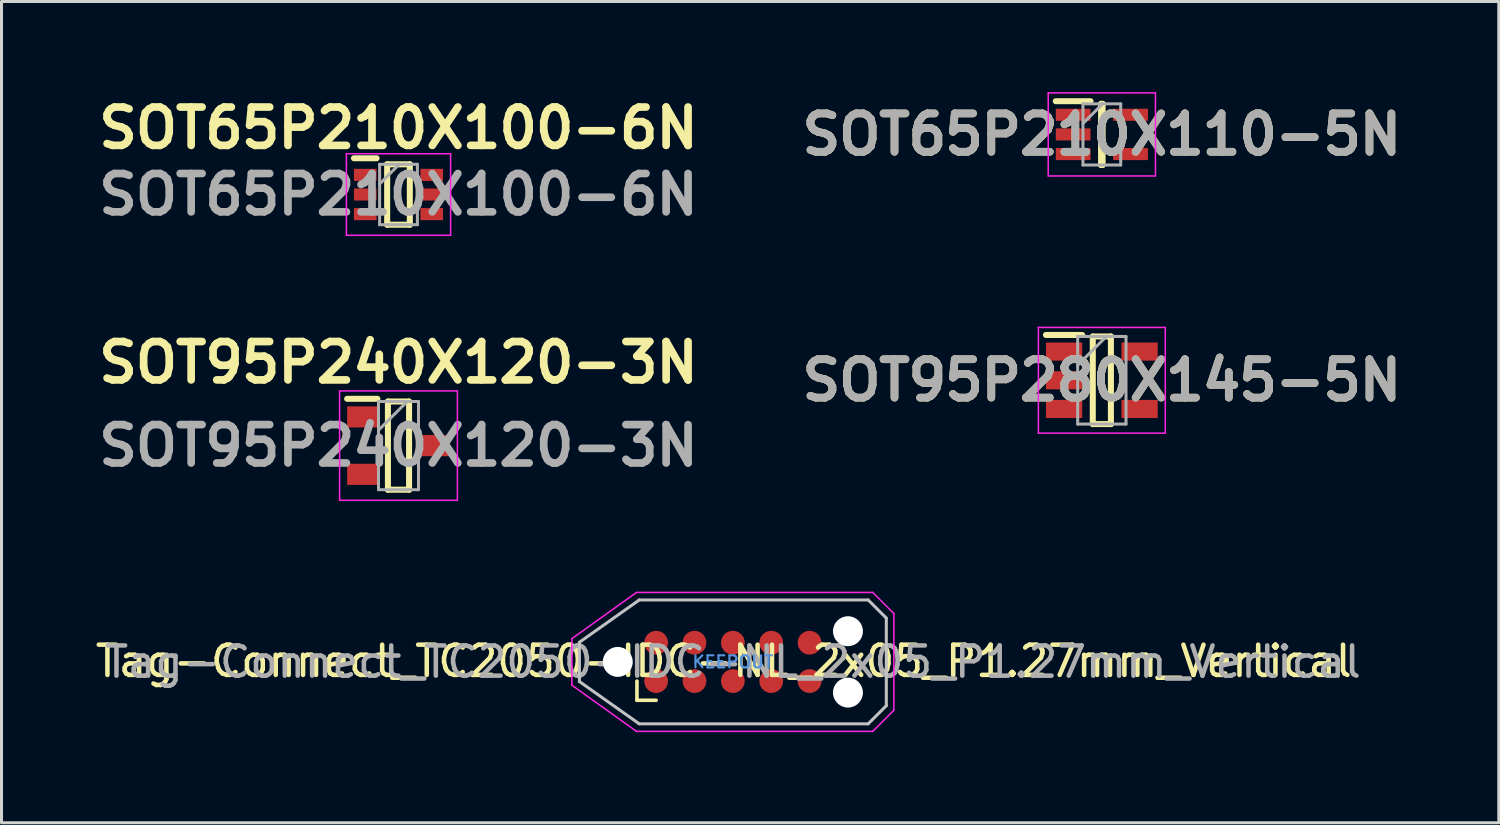
<source format=kicad_pcb>
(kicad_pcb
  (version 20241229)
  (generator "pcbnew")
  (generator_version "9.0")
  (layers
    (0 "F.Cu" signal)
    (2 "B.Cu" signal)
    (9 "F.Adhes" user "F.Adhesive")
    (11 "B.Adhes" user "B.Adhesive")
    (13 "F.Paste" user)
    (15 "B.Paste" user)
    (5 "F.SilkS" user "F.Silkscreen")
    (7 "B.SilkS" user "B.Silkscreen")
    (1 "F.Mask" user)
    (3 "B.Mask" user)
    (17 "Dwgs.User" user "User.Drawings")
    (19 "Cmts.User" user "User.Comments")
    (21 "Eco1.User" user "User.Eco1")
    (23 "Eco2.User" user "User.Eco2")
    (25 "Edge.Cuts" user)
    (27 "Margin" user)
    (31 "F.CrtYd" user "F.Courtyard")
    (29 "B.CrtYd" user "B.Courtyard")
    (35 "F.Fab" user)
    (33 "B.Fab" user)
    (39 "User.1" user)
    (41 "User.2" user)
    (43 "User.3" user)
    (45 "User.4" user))
  (footprint "SOT65P210X110-5N"
    (layer "F.Cu")
    (at 33.426 1.4)
    (property "Reference" "SOT65P210X110-5N" (at 0 0 0) (layer "F.SilkS") (effects (font (size 1.27 1.27) (thickness 0.254))))
    (attr smd)
    (fp_line (start -1.525 -1.1) (end -0.375 -1.1) (stroke (width 0.2) (type solid)) (layer "F.SilkS"))
    (fp_line (start -0.025 -1.012) (end 0.025 -1.012) (stroke (width 0.2) (type solid)) (layer "F.SilkS"))
    (fp_line (start -0.025 1.012) (end -0.025 -1.012) (stroke (width 0.2) (type solid)) (layer "F.SilkS"))
    (fp_line (start 0.025 -1.012) (end 0.025 1.012) (stroke (width 0.2) (type solid)) (layer "F.SilkS"))
    (fp_line (start 0.025 1.012) (end -0.025 1.012) (stroke (width 0.2) (type solid)) (layer "F.SilkS"))
    (fp_line (start -1.775 -1.375) (end 1.775 -1.375) (stroke (width 0.05) (type solid)) (layer "F.CrtYd"))
    (fp_line (start -1.775 1.375) (end -1.775 -1.375) (stroke (width 0.05) (type solid)) (layer "F.CrtYd"))
    (fp_line (start 1.775 -1.375) (end 1.775 1.375) (stroke (width 0.05) (type solid)) (layer "F.CrtYd"))
    (fp_line (start 1.775 1.375) (end -1.775 1.375) (stroke (width 0.05) (type solid)) (layer "F.CrtYd"))
    (fp_line (start -0.625 -1.012) (end 0.625 -1.012) (stroke (width 0.1) (type solid)) (layer "F.Fab"))
    (fp_line (start -0.625 -0.362) (end 0.025 -1.012) (stroke (width 0.1) (type solid)) (layer "F.Fab"))
    (fp_line (start -0.625 1.012) (end -0.625 -1.012) (stroke (width 0.1) (type solid)) (layer "F.Fab"))
    (fp_line (start 0.625 -1.012) (end 0.625 1.012) (stroke (width 0.1) (type solid)) (layer "F.Fab"))
    (fp_line (start 0.625 1.012) (end -0.625 1.012) (stroke (width 0.1) (type solid)) (layer "F.Fab"))
    (fp_text user "${REFERENCE}" (at 0 0 0) (layer "F.Fab") (effects (font (size 1.27 1.27) (thickness 0.254))))
    (pad "1" smd rect (at -0.95 -0.65 90) (size 0.4 1.15) (layers "F.Cu" "F.Mask" "F.Paste"))
    (pad "2" smd rect (at -0.95 0 90) (size 0.4 1.15) (layers "F.Cu" "F.Mask" "F.Paste"))
    (pad "3" smd rect (at -0.95 0.65 90) (size 0.4 1.15) (layers "F.Cu" "F.Mask" "F.Paste"))
    (pad "4" smd rect (at 0.95 0.65 90) (size 0.4 1.15) (layers "F.Cu" "F.Mask" "F.Paste"))
    (pad "5" smd rect (at 0.95 -0.65 90) (size 0.4 1.15) (layers "F.Cu" "F.Mask" "F.Paste")))
  (footprint "SOT95P280X145-5N"
    (layer "F.Cu")
    (at 33.426 9.539)
    (property "Reference" "SOT95P280X145-5N" (at 0 0 0) (layer "F.SilkS") (effects (font (size 1.27 1.27) (thickness 0.254))))
    (attr smd)
    (fp_line (start -1.85 -1.5) (end -0.65 -1.5) (stroke (width 0.2) (type solid)) (layer "F.SilkS"))
    (fp_line (start -0.3 -1.45) (end 0.3 -1.45) (stroke (width 0.2) (type solid)) (layer "F.SilkS"))
    (fp_line (start -0.3 1.45) (end -0.3 -1.45) (stroke (width 0.2) (type solid)) (layer "F.SilkS"))
    (fp_line (start 0.3 -1.45) (end 0.3 1.45) (stroke (width 0.2) (type solid)) (layer "F.SilkS"))
    (fp_line (start 0.3 1.45) (end -0.3 1.45) (stroke (width 0.2) (type solid)) (layer "F.SilkS"))
    (fp_line (start -2.1 -1.75) (end 2.1 -1.75) (stroke (width 0.05) (type solid)) (layer "F.CrtYd"))
    (fp_line (start -2.1 1.75) (end -2.1 -1.75) (stroke (width 0.05) (type solid)) (layer "F.CrtYd"))
    (fp_line (start 2.1 -1.75) (end 2.1 1.75) (stroke (width 0.05) (type solid)) (layer "F.CrtYd"))
    (fp_line (start 2.1 1.75) (end -2.1 1.75) (stroke (width 0.05) (type solid)) (layer "F.CrtYd"))
    (fp_line (start -0.8 -1.45) (end 0.8 -1.45) (stroke (width 0.1) (type solid)) (layer "F.Fab"))
    (fp_line (start -0.8 -0.5) (end 0.15 -1.45) (stroke (width 0.1) (type solid)) (layer "F.Fab"))
    (fp_line (start -0.8 1.45) (end -0.8 -1.45) (stroke (width 0.1) (type solid)) (layer "F.Fab"))
    (fp_line (start 0.8 -1.45) (end 0.8 1.45) (stroke (width 0.1) (type solid)) (layer "F.Fab"))
    (fp_line (start 0.8 1.45) (end -0.8 1.45) (stroke (width 0.1) (type solid)) (layer "F.Fab"))
    (fp_text user "${REFERENCE}" (at 0 0 0) (layer "F.Fab") (effects (font (size 1.27 1.27) (thickness 0.254))))
    (pad "1" smd rect (at -1.25 -0.95 90) (size 0.6 1.2) (layers "F.Cu" "F.Mask" "F.Paste"))
    (pad "2" smd rect (at -1.25 0 90) (size 0.6 1.2) (layers "F.Cu" "F.Mask" "F.Paste"))
    (pad "3" smd rect (at -1.25 0.95 90) (size 0.6 1.2) (layers "F.Cu" "F.Mask" "F.Paste"))
    (pad "4" smd rect (at 1.25 0.95 90) (size 0.6 1.2) (layers "F.Cu" "F.Mask" "F.Paste"))
    (pad "5" smd rect (at 1.25 -0.95 90) (size 0.6 1.2) (layers "F.Cu" "F.Mask" "F.Paste")))
  (footprint "Tag-Connect_TC2050-IDC-NL_2x05_P1.27mm_Vertical"
    (layer "F.Cu")
    (at 21.211 18.862)
    (property "Reference" "Tag-Connect_TC2050-IDC-NL_2x05_P1.27mm_Vertical" (at -0.3 -0.025 0) (layer "F.SilkS") (effects (font (size 1 1) (thickness 0.15))))
    (attr exclude_from_pos_files exclude_from_bom)
    (fp_line (start -3.175 1.27) (end -3.175 0.635) (stroke (width 0.12) (type solid)) (layer "F.SilkS"))
    (fp_line (start -2.54 1.27) (end -3.175 1.27) (stroke (width 0.12) (type solid)) (layer "F.SilkS"))
    (fp_line (start -5.08 -0.65) (end -3.1 -2.05) (stroke (width 0.1) (type solid)) (layer "Dwgs.User"))
    (fp_line (start -5.08 0.65) (end -5.08 -0.65) (stroke (width 0.1) (type solid)) (layer "Dwgs.User"))
    (fp_line (start -3.1 -2.05) (end 4.48 -2.05) (stroke (width 0.1) (type solid)) (layer "Dwgs.User"))
    (fp_line (start -3.1 2.05) (end -5.08 0.65) (stroke (width 0.1) (type solid)) (layer "Dwgs.User"))
    (fp_line (start 4.48 -2.05) (end 5.08 -1.45) (stroke (width 0.1) (type solid)) (layer "Dwgs.User"))
    (fp_line (start 4.48 2.05) (end -3.1 2.05) (stroke (width 0.1) (type solid)) (layer "Dwgs.User"))
    (fp_line (start 4.48 2.05) (end 5.08 1.45) (stroke (width 0.1) (type solid)) (layer "Dwgs.User"))
    (fp_line (start 5.08 -1.45) (end 5.08 1.45) (stroke (width 0.1) (type solid)) (layer "Dwgs.User"))
    (fp_line (start -5.33 -0.77) (end -3.19 -2.3) (stroke (width 0.05) (type solid)) (layer "F.CrtYd"))
    (fp_line (start -5.33 0.77) (end -5.33 -0.77) (stroke (width 0.05) (type solid)) (layer "F.CrtYd"))
    (fp_line (start -3.19 -2.3) (end 4.63 -2.3) (stroke (width 0.05) (type solid)) (layer "F.CrtYd"))
    (fp_line (start -3.19 2.3) (end -5.33 0.77) (stroke (width 0.05) (type solid)) (layer "F.CrtYd"))
    (fp_line (start 4.63 -2.3) (end 5.33 -1.6) (stroke (width 0.05) (type solid)) (layer "F.CrtYd"))
    (fp_line (start 4.63 2.3) (end -3.19 2.3) (stroke (width 0.05) (type solid)) (layer "F.CrtYd"))
    (fp_line (start 4.63 2.3) (end 5.33 1.6) (stroke (width 0.05) (type solid)) (layer "F.CrtYd"))
    (fp_line (start 5.33 -1.6) (end 5.33 1.6) (stroke (width 0.05) (type solid)) (layer "F.CrtYd"))
    (fp_text user "KEEPOUT" (at 0 0 0) (layer "Cmts.User") (effects (font (size 0.4 0.4) (thickness 0.07))))
    (fp_text user "${REFERENCE}" (at 0 0 0) (layer "F.Fab") (effects (font (size 1 1) (thickness 0.15))))
    (pad "" np_thru_hole circle (at -3.81 0) (size 0.991 0.991) (drill 0.991) (layers "*.Cu" "*.Mask"))
    (pad "" np_thru_hole circle (at 3.81 -1.016) (size 0.991 0.991) (drill 0.991) (layers "*.Cu" "*.Mask"))
    (pad "" np_thru_hole circle (at 3.81 1.016) (size 0.991 0.991) (drill 0.991) (layers "*.Cu" "*.Mask"))
    (pad "1" connect circle (at -2.54 0.635) (size 0.787 0.787) (layers "F.Cu" "F.Mask"))
    (pad "2" connect circle (at -1.27 0.635) (size 0.787 0.787) (layers "F.Cu" "F.Mask"))
    (pad "3" connect circle (at 0 0.635) (size 0.787 0.787) (layers "F.Cu" "F.Mask"))
    (pad "4" connect circle (at 1.27 0.635) (size 0.787 0.787) (layers "F.Cu" "F.Mask"))
    (pad "5" connect circle (at 2.54 0.635) (size 0.787 0.787) (layers "F.Cu" "F.Mask"))
    (pad "6" connect circle (at 2.54 -0.635) (size 0.787 0.787) (layers "F.Cu" "F.Mask"))
    (pad "7" connect circle (at 1.27 -0.635) (size 0.787 0.787) (layers "F.Cu" "F.Mask"))
    (pad "8" connect circle (at 0 -0.635) (size 0.787 0.787) (layers "F.Cu" "F.Mask"))
    (pad "9" connect circle (at -1.27 -0.635) (size 0.787 0.787) (layers "F.Cu" "F.Mask"))
    (pad "10" connect circle (at -2.54 -0.635) (size 0.787 0.787) (layers "F.Cu" "F.Mask"))
    (zone (net_name "") (layer "F.Cu") (hatch full 0.508) (connect_pads) (min_thickness 0.254) (filled_areas_thickness no) (keepout (tracks allowed) (vias not_allowed) (pads allowed) (copperpour not_allowed) (footprints not_allowed)) (placement (enabled no)) (fill) (polygon (pts (xy 18.671 19.497) (xy 23.751 19.497) (xy 23.751 18.227) (xy 18.671 18.227)))))
  (footprint "SOT95P240X120-3N"
    (layer "F.Cu")
    (at 10.142 11.702)
    (property "Reference" "SOT95P240X120-3N" (at 0 -2.75 0) (layer "F.SilkS") (effects (font (size 1.27 1.27) (thickness 0.254))))
    (attr smd)
    (fp_line (start -1.7 -1.55) (end -0.7 -1.55) (stroke (width 0.2) (type solid)) (layer "F.SilkS"))
    (fp_line (start -0.35 -1.46) (end 0.35 -1.46) (stroke (width 0.2) (type solid)) (layer "F.SilkS"))
    (fp_line (start -0.35 1.46) (end -0.35 -1.46) (stroke (width 0.2) (type solid)) (layer "F.SilkS"))
    (fp_line (start 0.35 -1.46) (end 0.35 1.46) (stroke (width 0.2) (type solid)) (layer "F.SilkS"))
    (fp_line (start 0.35 1.46) (end -0.35 1.46) (stroke (width 0.2) (type solid)) (layer "F.SilkS"))
    (fp_line (start -1.95 -1.81) (end 1.95 -1.81) (stroke (width 0.05) (type solid)) (layer "F.CrtYd"))
    (fp_line (start -1.95 1.81) (end -1.95 -1.81) (stroke (width 0.05) (type solid)) (layer "F.CrtYd"))
    (fp_line (start 1.95 -1.81) (end 1.95 1.81) (stroke (width 0.05) (type solid)) (layer "F.CrtYd"))
    (fp_line (start 1.95 1.81) (end -1.95 1.81) (stroke (width 0.05) (type solid)) (layer "F.CrtYd"))
    (fp_line (start -0.662 -1.46) (end 0.662 -1.46) (stroke (width 0.1) (type solid)) (layer "F.Fab"))
    (fp_line (start -0.662 -0.51) (end 0.288 -1.46) (stroke (width 0.1) (type solid)) (layer "F.Fab"))
    (fp_line (start -0.662 1.46) (end -0.662 -1.46) (stroke (width 0.1) (type solid)) (layer "F.Fab"))
    (fp_line (start 0.662 -1.46) (end 0.662 1.46) (stroke (width 0.1) (type solid)) (layer "F.Fab"))
    (fp_line (start 0.662 1.46) (end -0.662 1.46) (stroke (width 0.1) (type solid)) (layer "F.Fab"))
    (fp_text user "${REFERENCE}" (at 0 0 0) (layer "F.Fab") (effects (font (size 1.27 1.27) (thickness 0.254))))
    (pad "1" smd rect (at -1.2 -0.95 90) (size 0.7 1) (layers "F.Cu" "F.Mask" "F.Paste"))
    (pad "2" smd rect (at -1.2 0.95 90) (size 0.7 1) (layers "F.Cu" "F.Mask" "F.Paste"))
    (pad "3" smd rect (at 1.2 0 90) (size 0.7 1) (layers "F.Cu" "F.Mask" "F.Paste")))
  (footprint "SOT65P210X100-6N"
    (layer "F.Cu")
    (at 10.142 3.389)
    (property "Reference" "SOT65P210X100-6N" (at 0 -2.2 0) (layer "F.SilkS") (effects (font (size 1.27 1.27) (thickness 0.254))))
    (attr smd)
    (fp_line (start -1.475 -1.2) (end -0.725 -1.2) (stroke (width 0.2) (type solid)) (layer "F.SilkS"))
    (fp_line (start -0.375 -1) (end 0.375 -1) (stroke (width 0.2) (type solid)) (layer "F.SilkS"))
    (fp_line (start -0.375 1) (end -0.375 -1) (stroke (width 0.2) (type solid)) (layer "F.SilkS"))
    (fp_line (start 0.375 -1) (end 0.375 1) (stroke (width 0.2) (type solid)) (layer "F.SilkS"))
    (fp_line (start 0.375 1) (end -0.375 1) (stroke (width 0.2) (type solid)) (layer "F.SilkS"))
    (fp_line (start -1.725 -1.35) (end 1.725 -1.35) (stroke (width 0.05) (type solid)) (layer "F.CrtYd"))
    (fp_line (start -1.725 1.35) (end -1.725 -1.35) (stroke (width 0.05) (type solid)) (layer "F.CrtYd"))
    (fp_line (start 1.725 -1.35) (end 1.725 1.35) (stroke (width 0.05) (type solid)) (layer "F.CrtYd"))
    (fp_line (start 1.725 1.35) (end -1.725 1.35) (stroke (width 0.05) (type solid)) (layer "F.CrtYd"))
    (fp_line (start -0.625 -1) (end 0.625 -1) (stroke (width 0.1) (type solid)) (layer "F.Fab"))
    (fp_line (start -0.625 -0.35) (end 0.025 -1) (stroke (width 0.1) (type solid)) (layer "F.Fab"))
    (fp_line (start -0.625 1) (end -0.625 -1) (stroke (width 0.1) (type solid)) (layer "F.Fab"))
    (fp_line (start 0.625 -1) (end 0.625 1) (stroke (width 0.1) (type solid)) (layer "F.Fab"))
    (fp_line (start 0.625 1) (end -0.625 1) (stroke (width 0.1) (type solid)) (layer "F.Fab"))
    (fp_text user "${REFERENCE}" (at 0 0 0) (layer "F.Fab") (effects (font (size 1.27 1.27) (thickness 0.254))))
    (pad "1" smd rect (at -1.1 -0.65 90) (size 0.4 0.75) (layers "F.Cu" "F.Mask" "F.Paste"))
    (pad "2" smd rect (at -1.1 0 90) (size 0.4 0.75) (layers "F.Cu" "F.Mask" "F.Paste"))
    (pad "3" smd rect (at -1.1 0.65 90) (size 0.4 0.75) (layers "F.Cu" "F.Mask" "F.Paste"))
    (pad "4" smd rect (at 1.1 0.65 90) (size 0.4 0.75) (layers "F.Cu" "F.Mask" "F.Paste"))
    (pad "5" smd rect (at 1.1 0 90) (size 0.4 0.75) (layers "F.Cu" "F.Mask" "F.Paste"))
    (pad "6" smd rect (at 1.1 -0.65 90) (size 0.4 0.75) (layers "F.Cu" "F.Mask" "F.Paste")))
  (gr_rect
    (start -3 -3)
    (end 46.567 24.187)
    (stroke (width 0.1) (type default))
    (fill no)
    (layer "Edge.Cuts")))
</source>
